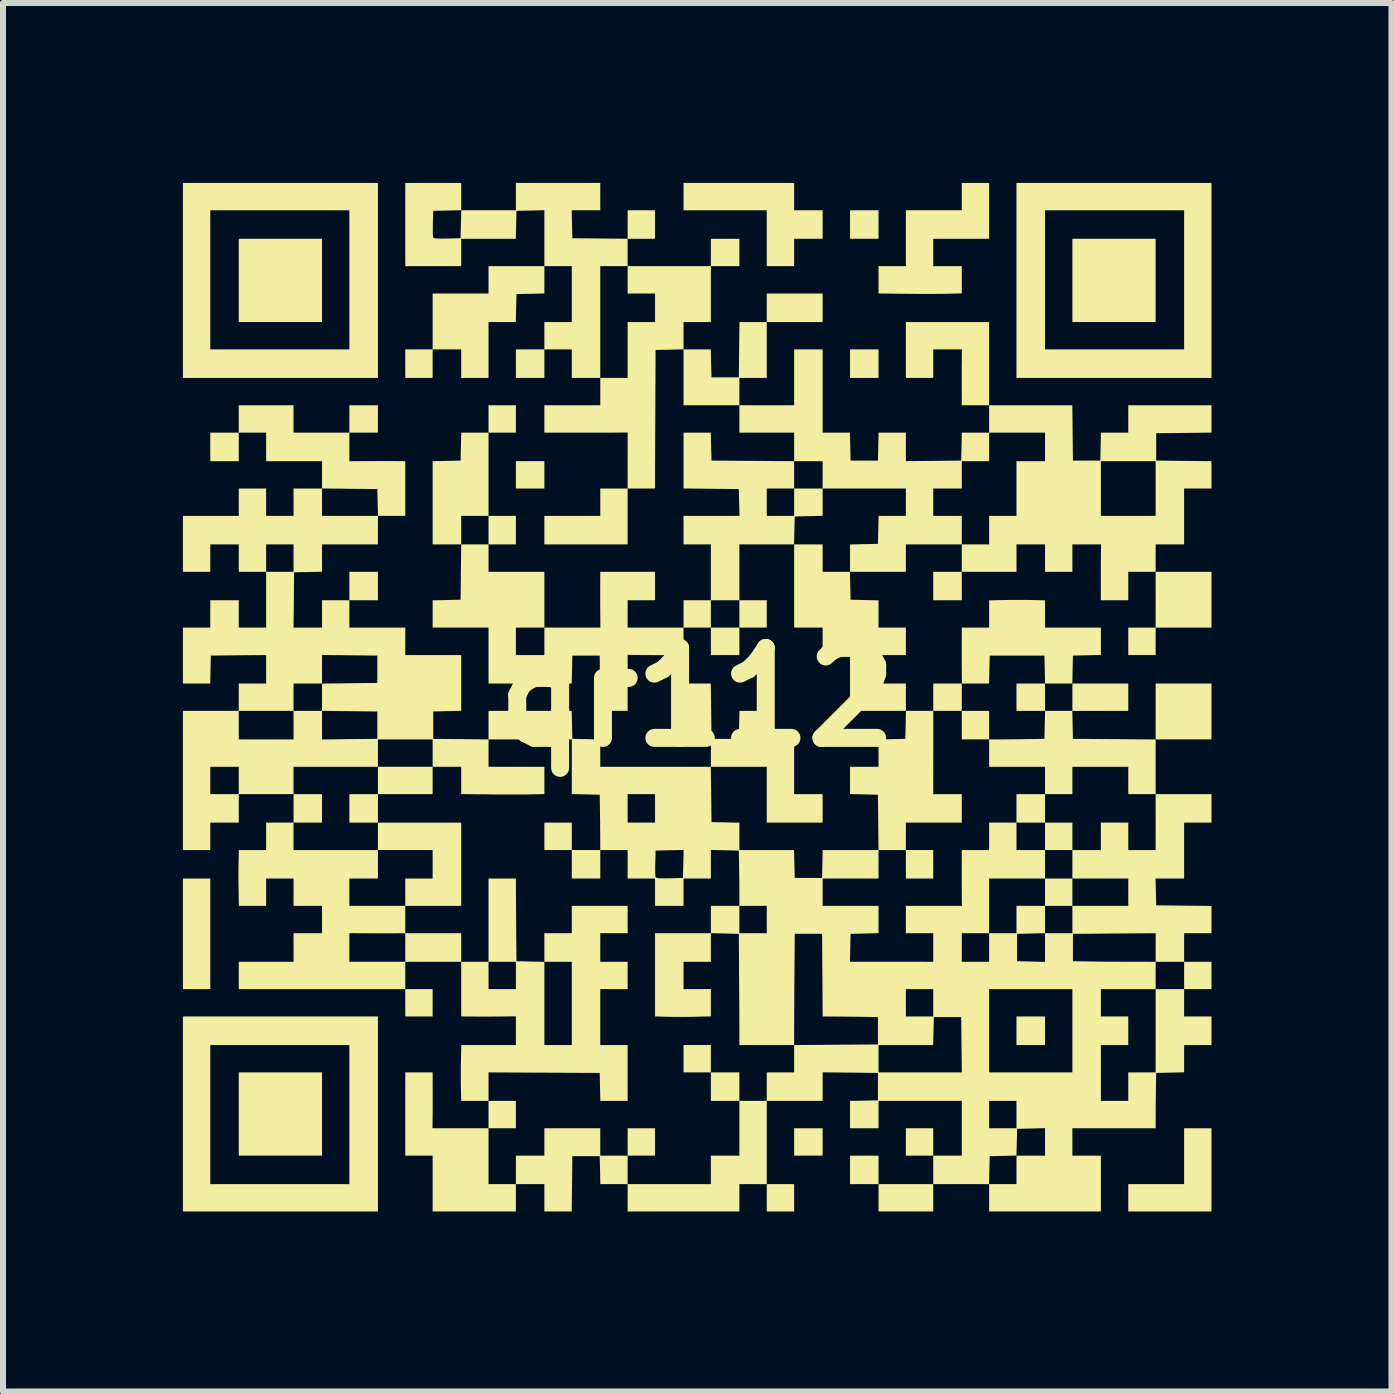
<source format=kicad_pcb>
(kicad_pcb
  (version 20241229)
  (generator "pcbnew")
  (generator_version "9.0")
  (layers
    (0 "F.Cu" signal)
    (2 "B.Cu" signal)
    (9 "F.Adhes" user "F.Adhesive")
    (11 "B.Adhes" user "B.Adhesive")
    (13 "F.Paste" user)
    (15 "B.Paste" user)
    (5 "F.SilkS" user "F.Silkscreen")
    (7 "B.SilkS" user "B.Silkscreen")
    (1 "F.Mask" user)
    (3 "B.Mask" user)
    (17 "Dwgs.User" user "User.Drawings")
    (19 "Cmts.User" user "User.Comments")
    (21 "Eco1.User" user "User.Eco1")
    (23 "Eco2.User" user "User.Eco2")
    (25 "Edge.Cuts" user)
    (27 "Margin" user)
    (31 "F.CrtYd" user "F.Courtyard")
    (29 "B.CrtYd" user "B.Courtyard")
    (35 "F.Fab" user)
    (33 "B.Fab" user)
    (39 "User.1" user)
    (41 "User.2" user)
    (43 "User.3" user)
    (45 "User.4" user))
  (footprint "qr112"
    (layer "F.Cu")
    (at 8.574 8.574)
    (property "Reference" "qr112" (at 0 0 0) (layer "F.SilkS") (effects (font (size 1.5 1.5) (thickness 0.3))))
    (attr board_only exclude_from_pos_files exclude_from_bom)
    (fp_poly (pts (xy -8.118 3.945) (xy -8.118 4.867) (xy -8.346 4.867) (xy -8.574 4.867) (xy -8.574 3.945) (xy -8.574 3.023) (xy -8.346 3.023) (xy -8.118 3.023)) (stroke (width 0) (type solid)) (fill yes) (layer "F.SilkS"))
    (fp_poly (pts (xy -6.255 -6.949) (xy -6.255 -6.255) (xy -6.949 -6.255) (xy -7.643 -6.255) (xy -7.643 -6.949) (xy -7.643 -7.643) (xy -6.949 -7.643) (xy -6.255 -7.643)) (stroke (width 0) (type solid)) (fill yes) (layer "F.SilkS"))
    (fp_poly (pts (xy -6.255 6.949) (xy -6.255 7.643) (xy -6.949 7.643) (xy -7.643 7.643) (xy -7.643 6.949) (xy -7.643 6.255) (xy -6.949 6.255) (xy -6.255 6.255)) (stroke (width 0) (type solid)) (fill yes) (layer "F.SilkS"))
    (fp_poly (pts (xy -4.411 5.095) (xy -4.411 5.323) (xy -4.639 5.323) (xy -4.867 5.323) (xy -4.867 5.095) (xy -4.867 4.867) (xy -4.639 4.867) (xy -4.411 4.867)) (stroke (width 0) (type solid)) (fill yes) (layer "F.SilkS"))
    (fp_poly (pts (xy -2.548 -3.707) (xy -2.548 -3.479) (xy -2.785 -3.479) (xy -3.023 -3.479) (xy -3.023 -3.707) (xy -3.023 -3.935) (xy -2.785 -3.935) (xy -2.548 -3.935)) (stroke (width 0) (type solid)) (fill yes) (layer "F.SilkS"))
    (fp_poly (pts (xy -2.091 2.319) (xy -2.091 2.548) (xy -2.319 2.548) (xy -2.548 2.548) (xy -2.548 2.319) (xy -2.548 2.091) (xy -2.319 2.091) (xy -2.091 2.091)) (stroke (width 0) (type solid)) (fill yes) (layer "F.SilkS"))
    (fp_poly (pts (xy -1.616 2.785) (xy -1.616 3.023) (xy -1.854 3.023) (xy -2.091 3.023) (xy -2.091 2.785) (xy -2.091 2.548) (xy -1.854 2.548) (xy -1.616 2.548)) (stroke (width 0) (type solid)) (fill yes) (layer "F.SilkS"))
    (fp_poly (pts (xy -0.703 7.415) (xy -0.703 7.643) (xy -0.932 7.643) (xy -1.16 7.643) (xy -1.16 7.415) (xy -1.16 7.187) (xy -0.932 7.187) (xy -0.703 7.187)) (stroke (width 0) (type solid)) (fill yes) (layer "F.SilkS"))
    (fp_poly (pts (xy 0.228 6.027) (xy 0.228 6.255) (xy 0 6.255) (xy -0.228 6.255) (xy -0.228 6.027) (xy -0.228 5.799) (xy 0 5.799) (xy 0.228 5.799)) (stroke (width 0) (type solid)) (fill yes) (layer "F.SilkS"))
    (fp_poly (pts (xy 0.703 6.493) (xy 0.703 6.73) (xy 0.466 6.73) (xy 0.228 6.73) (xy 0.228 6.493) (xy 0.228 6.255) (xy 0.466 6.255) (xy 0.703 6.255)) (stroke (width 0) (type solid)) (fill yes) (layer "F.SilkS"))
    (fp_poly (pts (xy 1.616 8.346) (xy 1.616 8.574) (xy 1.388 8.574) (xy 1.16 8.574) (xy 1.16 8.346) (xy 1.16 8.118) (xy 1.388 8.118) (xy 1.616 8.118)) (stroke (width 0) (type solid)) (fill yes) (layer "F.SilkS"))
    (fp_poly (pts (xy 2.091 7.415) (xy 2.091 7.643) (xy 1.854 7.643) (xy 1.616 7.643) (xy 1.616 7.415) (xy 1.616 7.187) (xy 1.854 7.187) (xy 2.091 7.187)) (stroke (width 0) (type solid)) (fill yes) (layer "F.SilkS"))
    (fp_poly (pts (xy 3.023 -7.88) (xy 3.023 -7.643) (xy 2.785 -7.643) (xy 2.548 -7.643) (xy 2.548 -7.88) (xy 2.548 -8.118) (xy 2.785 -8.118) (xy 3.023 -8.118)) (stroke (width 0) (type solid)) (fill yes) (layer "F.SilkS"))
    (fp_poly (pts (xy 3.023 -5.561) (xy 3.023 -5.323) (xy 2.785 -5.323) (xy 2.548 -5.323) (xy 2.548 -5.561) (xy 2.548 -5.799) (xy 2.785 -5.799) (xy 3.023 -5.799)) (stroke (width 0) (type solid)) (fill yes) (layer "F.SilkS"))
    (fp_poly (pts (xy 3.935 2.785) (xy 3.935 3.023) (xy 3.707 3.023) (xy 3.479 3.023) (xy 3.479 2.785) (xy 3.479 2.548) (xy 3.707 2.548) (xy 3.935 2.548)) (stroke (width 0) (type solid)) (fill yes) (layer "F.SilkS"))
    (fp_poly (pts (xy 4.867 0.466) (xy 4.867 0.703) (xy 4.639 0.703) (xy 4.411 0.703) (xy 4.411 0.466) (xy 4.411 0.228) (xy 4.639 0.228) (xy 4.867 0.228)) (stroke (width 0) (type solid)) (fill yes) (layer "F.SilkS"))
    (fp_poly (pts (xy 5.799 0) (xy 5.799 0.228) (xy 5.561 0.228) (xy 5.323 0.228) (xy 5.323 0) (xy 5.323 -0.228) (xy 5.561 -0.228) (xy 5.799 -0.228)) (stroke (width 0) (type solid)) (fill yes) (layer "F.SilkS"))
    (fp_poly (pts (xy 5.799 1.854) (xy 5.799 2.091) (xy 5.561 2.091) (xy 5.323 2.091) (xy 5.323 1.854) (xy 5.323 1.616) (xy 5.561 1.616) (xy 5.799 1.616)) (stroke (width 0) (type solid)) (fill yes) (layer "F.SilkS"))
    (fp_poly (pts (xy 5.799 5.561) (xy 5.799 5.799) (xy 5.561 5.799) (xy 5.323 5.799) (xy 5.323 5.561) (xy 5.323 5.323) (xy 5.561 5.323) (xy 5.799 5.323)) (stroke (width 0) (type solid)) (fill yes) (layer "F.SilkS"))
    (fp_poly (pts (xy 6.255 2.319) (xy 6.255 2.548) (xy 6.027 2.548) (xy 5.799 2.548) (xy 5.799 2.319) (xy 5.799 2.091) (xy 6.027 2.091) (xy 6.255 2.091)) (stroke (width 0) (type solid)) (fill yes) (layer "F.SilkS"))
    (fp_poly (pts (xy 6.255 3.251) (xy 6.255 3.479) (xy 6.027 3.479) (xy 5.799 3.479) (xy 5.799 3.251) (xy 5.799 3.023) (xy 6.027 3.023) (xy 6.255 3.023)) (stroke (width 0) (type solid)) (fill yes) (layer "F.SilkS"))
    (fp_poly (pts (xy 7.187 0) (xy 7.187 0.228) (xy 6.72 0.228) (xy 6.255 0.228) (xy 6.255 0) (xy 6.255 -0.228) (xy 6.72 -0.228) (xy 7.187 -0.228)) (stroke (width 0) (type solid)) (fill yes) (layer "F.SilkS"))
    (fp_poly (pts (xy 7.643 -6.949) (xy 7.643 -6.255) (xy 6.949 -6.255) (xy 6.255 -6.255) (xy 6.255 -6.949) (xy 6.255 -7.643) (xy 6.949 -7.643) (xy 7.643 -7.643)) (stroke (width 0) (type solid)) (fill yes) (layer "F.SilkS"))
    (fp_poly (pts (xy 8.574 0.238) (xy 8.574 0.703) (xy 8.109 0.703) (xy 7.643 0.703) (xy 7.643 0.238) (xy 7.643 -0.228) (xy 8.109 -0.228) (xy 8.574 -0.228)) (stroke (width 0) (type solid)) (fill yes) (layer "F.SilkS"))
    (fp_poly (pts (xy 8.574 7.88) (xy 8.574 8.574) (xy 7.88 8.574) (xy 7.187 8.574) (xy 7.187 8.346) (xy 7.187 8.118) (xy 7.652 8.118) (xy 8.118 8.118) (xy 8.118 7.652) (xy 8.118 7.187) (xy 8.346 7.187) (xy 8.574 7.187)) (stroke (width 0) (type solid)) (fill yes) (layer "F.SilkS"))
    (fp_poly (pts (xy -4.411 1.388) (xy -4.411 1.616) (xy -4.867 1.616) (xy -5.323 1.616) (xy -5.323 1.854) (xy -5.323 2.091) (xy -5.561 2.091) (xy -5.799 2.091) (xy -5.799 1.854) (xy -5.799 1.616) (xy -5.561 1.616) (xy -5.323 1.616) (xy -5.323 1.388) (xy -5.323 1.16) (xy -4.867 1.16) (xy -4.411 1.16)) (stroke (width 0) (type solid)) (fill yes) (layer "F.SilkS"))
    (fp_poly (pts (xy -3.935 2.785) (xy -3.935 3.479) (xy -4.401 3.479) (xy -4.867 3.479) (xy -4.867 3.251) (xy -4.867 3.023) (xy -4.639 3.023) (xy -4.411 3.023) (xy -4.411 2.785) (xy -4.411 2.548) (xy -4.867 2.548) (xy -5.323 2.548) (xy -5.323 2.319) (xy -5.323 2.091) (xy -4.629 2.091) (xy -3.935 2.091)) (stroke (width 0) (type solid)) (fill yes) (layer "F.SilkS"))
    (fp_poly (pts (xy 8.574 -1.626) (xy 8.574 -1.16) (xy 8.109 -1.16) (xy 7.643 -1.16) (xy 7.643 -0.932) (xy 7.643 -0.703) (xy 7.415 -0.703) (xy 7.187 -0.703) (xy 7.187 -0.932) (xy 7.187 -1.16) (xy 7.415 -1.16) (xy 7.643 -1.16) (xy 7.643 -1.626) (xy 7.643 -2.091) (xy 8.109 -2.091) (xy 8.574 -2.091)) (stroke (width 0) (type solid)) (fill yes) (layer "F.SilkS"))
    (fp_poly (pts (xy -5.323 -6.949) (xy -5.323 -5.323) (xy -6.949 -5.323) (xy -8.574 -5.323) (xy -8.574 -6.949) (xy -8.574 -6.958) (xy -8.118 -6.958) (xy -8.118 -5.799) (xy -6.958 -5.799) (xy -5.799 -5.799) (xy -5.799 -6.958) (xy -5.799 -8.118) (xy -6.958 -8.118) (xy -8.118 -8.118) (xy -8.118 -6.958) (xy -8.574 -6.958) (xy -8.574 -8.574) (xy -6.949 -8.574) (xy -5.323 -8.574)) (stroke (width 0) (type solid)) (fill yes) (layer "F.SilkS"))
    (fp_poly (pts (xy -5.323 6.949) (xy -5.323 8.574) (xy -6.949 8.574) (xy -8.574 8.574) (xy -8.574 6.958) (xy -8.118 6.958) (xy -8.118 8.118) (xy -6.958 8.118) (xy -5.799 8.118) (xy -5.799 6.958) (xy -5.799 5.799) (xy -6.958 5.799) (xy -8.118 5.799) (xy -8.118 6.958) (xy -8.574 6.958) (xy -8.574 6.949) (xy -8.574 5.323) (xy -6.949 5.323) (xy -5.323 5.323)) (stroke (width 0) (type solid)) (fill yes) (layer "F.SilkS"))
    (fp_poly (pts (xy 8.574 -6.949) (xy 8.574 -5.323) (xy 6.949 -5.323) (xy 5.323 -5.323) (xy 5.323 -6.949) (xy 5.323 -6.958) (xy 5.799 -6.958) (xy 5.799 -5.799) (xy 6.958 -5.799) (xy 8.118 -5.799) (xy 8.118 -6.958) (xy 8.118 -8.118) (xy 6.958 -8.118) (xy 5.799 -8.118) (xy 5.799 -6.958) (xy 5.323 -6.958) (xy 5.323 -8.574) (xy 6.949 -8.574) (xy 8.574 -8.574)) (stroke (width 0) (type solid)) (fill yes) (layer "F.SilkS"))
    (fp_poly (pts (xy 0.228 4.173) (xy 0.228 4.411) (xy 0 4.411) (xy -0.228 4.411) (xy -0.228 4.639) (xy -0.228 4.867) (xy 0 4.867) (xy 0.228 4.867) (xy 0.228 5.094) (xy 0.228 5.321) (xy -0.014 5.327) (xy -0.136 5.329) (xy -0.272 5.33) (xy -0.402 5.329) (xy -0.48 5.328) (xy -0.703 5.322) (xy -0.703 4.629) (xy -0.703 3.935) (xy -0.238 3.935) (xy 0.228 3.935)) (stroke (width 0) (type solid)) (fill yes) (layer "F.SilkS"))
    (fp_poly (pts (xy 1.616 -8.346) (xy 1.616 -8.118) (xy 1.854 -8.118) (xy 2.091 -8.118) (xy 2.091 -7.88) (xy 2.091 -7.643) (xy 1.854 -7.643) (xy 1.616 -7.643) (xy 1.616 -7.415) (xy 1.616 -7.187) (xy 1.388 -7.187) (xy 1.16 -7.187) (xy 1.16 -7.652) (xy 1.16 -8.118) (xy 0.466 -8.118) (xy -0.228 -8.118) (xy -0.228 -8.346) (xy -0.228 -8.574) (xy 0.694 -8.574) (xy 1.616 -8.574)) (stroke (width 0) (type solid)) (fill yes) (layer "F.SilkS"))
    (fp_poly (pts (xy 4.867 -5.561) (xy 4.867 -4.867) (xy 4.639 -4.867) (xy 4.411 -4.867) (xy 4.41 -5.1) (xy 4.41 -5.223) (xy 4.41 -5.362) (xy 4.41 -5.497) (xy 4.411 -5.566) (xy 4.413 -5.799) (xy 4.174 -5.799) (xy 3.935 -5.799) (xy 3.935 -5.561) (xy 3.935 -5.323) (xy 3.707 -5.323) (xy 3.479 -5.323) (xy 3.479 -5.789) (xy 3.479 -6.255) (xy 4.173 -6.255) (xy 4.867 -6.255)) (stroke (width 0) (type solid)) (fill yes) (layer "F.SilkS"))
    (fp_poly (pts (xy -3.023 -4.639) (xy -3.023 -4.411) (xy -3.251 -4.411) (xy -3.479 -4.411) (xy -3.479 -3.717) (xy -3.479 -3.023) (xy -3.707 -3.023) (xy -3.935 -3.023) (xy -3.935 -2.785) (xy -3.935 -2.548) (xy -4.173 -2.548) (xy -4.411 -2.548) (xy -4.411 -3.241) (xy -4.411 -3.934) (xy -4.178 -3.94) (xy -3.945 -3.945) (xy -3.94 -4.178) (xy -3.934 -4.411) (xy -3.707 -4.411) (xy -3.479 -4.411) (xy -3.479 -4.639) (xy -3.479 -4.867) (xy -3.251 -4.867) (xy -3.023 -4.867)) (stroke (width 0) (type solid)) (fill yes) (layer "F.SilkS"))
    (fp_poly (pts (xy 4.867 -8.109) (xy 4.867 -7.643) (xy 4.401 -7.643) (xy 3.935 -7.643) (xy 3.935 -7.415) (xy 3.935 -7.187) (xy 4.173 -7.187) (xy 4.411 -7.187) (xy 4.411 -6.959) (xy 4.411 -6.732) (xy 4.168 -6.727) (xy 4.076 -6.725) (xy 3.955 -6.724) (xy 3.815 -6.724) (xy 3.667 -6.724) (xy 3.519 -6.725) (xy 3.474 -6.726) (xy 3.023 -6.731) (xy 3.023 -6.959) (xy 3.023 -7.187) (xy 3.251 -7.187) (xy 3.479 -7.187) (xy 3.479 -7.652) (xy 3.479 -8.118) (xy 3.945 -8.118) (xy 4.411 -8.118) (xy 4.411 -8.346) (xy 4.411 -8.574) (xy 4.639 -8.574) (xy 4.867 -8.574)) (stroke (width 0) (type solid)) (fill yes) (layer "F.SilkS"))
    (fp_poly (pts (xy 0.233 0.233) (xy 0.238 0.694) (xy 0.466 0.694) (xy 0.694 0.694) (xy 0.699 0.461) (xy 0.705 0.228) (xy 0.932 0.228) (xy 1.16 0.228) (xy 1.16 0.466) (xy 1.16 0.703) (xy 1.388 0.703) (xy 1.616 0.703) (xy 1.616 1.16) (xy 1.616 1.616) (xy 1.854 1.616) (xy 2.091 1.616) (xy 2.091 1.854) (xy 2.091 2.091) (xy 1.626 2.091) (xy 1.16 2.091) (xy 1.16 1.626) (xy 1.16 1.16) (xy 0.694 1.16) (xy 0.228 1.16) (xy 0.228 0.932) (xy 0.228 0.703) (xy 0 0.703) (xy -0.228 0.703) (xy -0.228 0.238) (xy -0.228 -0.228) (xy -0.000338 -0.228) (xy 0.227 -0.228)) (stroke (width 0) (type solid)) (fill yes) (layer "F.SilkS"))
    (fp_poly (pts (xy 6.259 0.461) (xy 6.264 0.694) (xy 6.954 0.699) (xy 7.643 0.704) (xy 7.643 1.16) (xy 7.643 1.616) (xy 7.415 1.616) (xy 7.187 1.616) (xy 7.187 1.388) (xy 7.187 1.16) (xy 6.721 1.16) (xy 6.255 1.16) (xy 6.255 1.388) (xy 6.255 1.616) (xy 6.027 1.616) (xy 5.799 1.616) (xy 5.799 1.388) (xy 5.799 1.16) (xy 5.333 1.16) (xy 4.867 1.16) (xy 4.867 0.932) (xy 4.867 0.703) (xy 5.1 0.703) (xy 5.222 0.702) (xy 5.36 0.701) (xy 5.492 0.699) (xy 5.561 0.698) (xy 5.789 0.694) (xy 5.794 0.461) (xy 5.8 0.228) (xy 6.027 0.228) (xy 6.254 0.228)) (stroke (width 0) (type solid)) (fill yes) (layer "F.SilkS"))
    (fp_poly (pts (xy 2.091 -2.319) (xy 2.091 -2.091) (xy 2.319 -2.091) (xy 2.546 -2.091) (xy 2.552 -1.858) (xy 2.557 -1.626) (xy 2.79 -1.62) (xy 3.023 -1.615) (xy 3.023 -1.387) (xy 3.023 -1.16) (xy 3.251 -1.16) (xy 3.479 -1.16) (xy 3.479 -0.932) (xy 3.479 -0.703) (xy 3.251 -0.703) (xy 3.023 -0.703) (xy 3.023 -0.466) (xy 3.023 -0.228) (xy 3.251 -0.228) (xy 3.479 -0.228) (xy 3.479 0) (xy 3.479 0.228) (xy 3.014 0.228) (xy 2.548 0.228) (xy 2.548 -0.238) (xy 2.548 -0.703) (xy 2.319 -0.703) (xy 2.091 -0.703) (xy 2.091 -0.932) (xy 2.091 -1.16) (xy 1.854 -1.16) (xy 1.616 -1.16) (xy 1.616 -1.854) (xy 1.616 -2.548) (xy 1.853 -2.548) (xy 2.091 -2.548)) (stroke (width 0) (type solid)) (fill yes) (layer "F.SilkS"))
    (fp_poly (pts (xy 5.497 -1.622) (xy 5.575 -1.62) (xy 5.799 -1.615) (xy 5.799 -1.387) (xy 5.799 -1.16) (xy 6.264 -1.16) (xy 6.73 -1.16) (xy 6.73 -0.932) (xy 6.73 -0.705) (xy 6.497 -0.699) (xy 6.264 -0.694) (xy 6.259 -0.461) (xy 6.254 -0.228) (xy 6.027 -0.228) (xy 5.8 -0.228) (xy 5.794 -0.461) (xy 5.789 -0.694) (xy 5.333 -0.694) (xy 4.877 -0.694) (xy 4.871 -0.461) (xy 4.866 -0.228) (xy 4.638 -0.228) (xy 4.413 -0.228) (xy 4.411 -0.461) (xy 4.41 -0.584) (xy 4.41 -0.723) (xy 4.41 -0.858) (xy 4.41 -0.927) (xy 4.411 -1.16) (xy 4.639 -1.16) (xy 4.867 -1.16) (xy 4.867 -1.387) (xy 4.867 -1.614) (xy 5.109 -1.62) (xy 5.231 -1.622) (xy 5.367 -1.622)) (stroke (width 0) (type solid)) (fill yes) (layer "F.SilkS"))
    (fp_poly (pts (xy -6.73 -4.639) (xy -6.73 -4.411) (xy -6.264 -4.411) (xy -5.799 -4.411) (xy -5.799 -4.639) (xy -5.799 -4.867) (xy -5.561 -4.867) (xy -5.323 -4.867) (xy -5.323 -4.639) (xy -5.323 -4.411) (xy -5.561 -4.411) (xy -5.799 -4.411) (xy -5.799 -4.172) (xy -5.799 -3.934) (xy -5.566 -3.936) (xy -5.443 -3.936) (xy -5.304 -3.937) (xy -5.169 -3.937) (xy -5.1 -3.937) (xy -4.867 -3.935) (xy -4.867 -3.479) (xy -4.867 -3.023) (xy -5.095 -3.023) (xy -5.322 -3.023) (xy -5.328 -3.246) (xy -5.333 -3.47) (xy -5.794 -3.475) (xy -6.255 -3.48) (xy -6.255 -3.707) (xy -6.255 -3.935) (xy -6.721 -3.935) (xy -7.187 -3.935) (xy -7.187 -4.173) (xy -7.187 -4.411) (xy -7.415 -4.411) (xy -7.643 -4.411) (xy -7.643 -4.173) (xy -7.643 -3.935) (xy -7.88 -3.935) (xy -8.118 -3.935) (xy -8.118 -4.173) (xy -8.118 -4.411) (xy -7.88 -4.411) (xy -7.643 -4.411) (xy -7.643 -4.639) (xy -7.643 -4.867) (xy -7.187 -4.867) (xy -6.73 -4.867)) (stroke (width 0) (type solid)) (fill yes) (layer "F.SilkS"))
    (fp_poly (pts (xy -6.255 1.854) (xy -6.255 2.091) (xy -6.493 2.091) (xy -6.73 2.091) (xy -6.73 2.319) (xy -6.73 2.548) (xy -6.027 2.548) (xy -5.323 2.548) (xy -5.323 2.785) (xy -5.323 3.023) (xy -5.561 3.023) (xy -5.799 3.023) (xy -5.799 3.251) (xy -5.799 3.479) (xy -5.333 3.479) (xy -4.867 3.479) (xy -4.867 3.707) (xy -4.867 3.935) (xy -5.1 3.937) (xy -5.223 3.937) (xy -5.362 3.937) (xy -5.497 3.936) (xy -5.566 3.936) (xy -5.799 3.934) (xy -5.799 4.172) (xy -5.799 4.41) (xy -5.333 4.41) (xy -4.867 4.41) (xy -4.867 4.173) (xy -4.867 3.935) (xy -4.401 3.935) (xy -3.935 3.935) (xy -3.935 4.173) (xy -3.935 4.411) (xy -3.707 4.411) (xy -3.479 4.411) (xy -3.479 3.717) (xy -3.479 3.023) (xy -3.251 3.023) (xy -3.023 3.023) (xy -3.022 3.246) (xy -3.022 3.332) (xy -3.021 3.446) (xy -3.02 3.58) (xy -3.019 3.726) (xy -3.018 3.873) (xy -3.018 3.935) (xy -3.013 4.401) (xy -2.781 4.407) (xy -2.548 4.412) (xy -2.548 5.105) (xy -2.548 5.799) (xy -2.319 5.799) (xy -2.091 5.799) (xy -2.091 5.105) (xy -2.091 4.411) (xy -2.319 4.411) (xy -2.548 4.411) (xy -2.548 4.173) (xy -2.548 3.935) (xy -2.319 3.935) (xy -2.091 3.935) (xy -2.091 3.707) (xy -2.091 3.479) (xy -1.626 3.479) (xy -1.16 3.479) (xy -1.16 3.707) (xy -1.16 3.935) (xy -1.388 3.935) (xy -1.616 3.935) (xy -1.616 4.173) (xy -1.616 4.411) (xy -1.388 4.411) (xy -1.16 4.411) (xy -1.16 4.639) (xy -1.16 4.867) (xy -1.388 4.867) (xy -1.616 4.867) (xy -1.616 5.333) (xy -1.616 5.799) (xy -1.388 5.799) (xy -1.16 5.799) (xy -1.16 6.264) (xy -1.16 6.73) (xy -1.387 6.73) (xy -1.615 6.73) (xy -1.62 6.497) (xy -1.626 6.264) (xy -2.552 6.26) (xy -3.479 6.255) (xy -3.479 6.492) (xy -3.479 6.73) (xy -3.707 6.73) (xy -3.934 6.73) (xy -3.94 6.507) (xy -3.941 6.391) (xy -3.942 6.257) (xy -3.941 6.124) (xy -3.939 6.041) (xy -3.933 5.799) (xy -3.478 5.799) (xy -3.023 5.799) (xy -3.023 5.56) (xy -3.023 5.321) (xy -3.246 5.323) (xy -3.364 5.324) (xy -3.499 5.325) (xy -3.632 5.325) (xy -3.703 5.324) (xy -3.935 5.323) (xy -3.935 4.867) (xy -3.935 4.639) (xy -3.479 4.639) (xy -3.479 4.867) (xy -3.251 4.867) (xy -3.023 4.867) (xy -3.023 4.639) (xy -3.023 4.411) (xy -3.251 4.411) (xy -3.479 4.411) (xy -3.479 4.639) (xy -3.935 4.639) (xy -3.935 4.411) (xy -4.401 4.411) (xy -4.867 4.411) (xy -4.867 4.639) (xy -4.867 4.867) (xy -6.255 4.867) (xy -7.643 4.867) (xy -7.643 4.639) (xy -7.643 4.411) (xy -7.187 4.411) (xy -6.73 4.411) (xy -6.73 4.173) (xy -6.73 3.935) (xy -6.493 3.935) (xy -6.255 3.935) (xy -6.255 3.707) (xy -6.255 3.479) (xy -6.493 3.479) (xy -6.73 3.479) (xy -6.73 3.251) (xy -6.73 3.023) (xy -6.958 3.023) (xy -7.187 3.023) (xy -7.187 3.251) (xy -7.187 3.479) (xy -7.414 3.479) (xy -7.641 3.479) (xy -7.646 3.237) (xy -7.648 3.115) (xy -7.649 2.98) (xy -7.648 2.849) (xy -7.647 2.771) (xy -7.642 2.548) (xy -7.414 2.548) (xy -7.187 2.548) (xy -7.187 2.319) (xy -7.187 2.091) (xy -6.958 2.091) (xy -6.73 2.091) (xy -6.73 1.854) (xy -6.73 1.616) (xy -6.493 1.616) (xy -6.255 1.616)) (stroke (width 0) (type solid)) (fill yes) (layer "F.SilkS"))
    (fp_poly (pts (xy -3.935 -8.346) (xy -3.935 -8.119) (xy -4.168 -8.114) (xy -4.401 -8.109) (xy -4.407 -7.901) (xy -4.408 -7.814) (xy -4.408 -7.739) (xy -4.405 -7.687) (xy -4.402 -7.667) (xy -4.389 -7.656) (xy -4.357 -7.649) (xy -4.3 -7.646) (xy -4.212 -7.646) (xy -4.169 -7.647) (xy -3.945 -7.652) (xy -3.94 -7.886) (xy -3.934 -8.118) (xy -3.479 -8.118) (xy -3.023 -8.118) (xy -3.023 -8.346) (xy -3.023 -8.574) (xy -2.319 -8.574) (xy -1.616 -8.574) (xy -1.616 -8.346) (xy -1.616 -8.118) (xy -1.854 -8.118) (xy -2.092 -8.118) (xy -2.087 -7.885) (xy -2.082 -7.652) (xy -1.621 -7.648) (xy -1.16 -7.643) (xy -1.16 -7.88) (xy -1.16 -8.118) (xy -0.932 -8.118) (xy -0.703 -8.118) (xy -0.703 -7.88) (xy -0.703 -7.643) (xy -0.932 -7.643) (xy -1.16 -7.643) (xy -1.16 -7.415) (xy -1.16 -7.187) (xy -0.466 -7.187) (xy 0.228 -7.187) (xy 0.228 -7.415) (xy 0.228 -7.643) (xy 0.466 -7.643) (xy 0.703 -7.643) (xy 0.703 -7.415) (xy 0.703 -7.187) (xy 0.466 -7.187) (xy 0.228 -7.187) (xy 0.228 -6.721) (xy 0.228 -6.255) (xy 0 -6.255) (xy -0.228 -6.255) (xy -0.228 -6.027) (xy -0.228 -5.8) (xy -0.461 -5.794) (xy -0.694 -5.789) (xy -0.698 -4.867) (xy -0.699 -4.674) (xy -0.7 -4.484) (xy -0.701 -4.303) (xy -0.701 -4.136) (xy -0.702 -3.988) (xy -0.703 -3.864) (xy -0.703 -3.768) (xy -0.703 -3.712) (xy -0.703 -3.479) (xy -0.932 -3.479) (xy -1.16 -3.479) (xy -1.16 -3.013) (xy -1.16 -2.548) (xy -1.854 -2.548) (xy -2.548 -2.548) (xy -2.548 -2.785) (xy -2.548 -3.023) (xy -2.082 -3.023) (xy -1.616 -3.023) (xy -1.616 -3.251) (xy -1.616 -3.479) (xy -1.388 -3.479) (xy -1.16 -3.479) (xy -1.16 -3.946) (xy -1.16 -4.413) (xy -1.393 -4.411) (xy -1.481 -4.41) (xy -1.599 -4.41) (xy -1.736 -4.41) (xy -1.883 -4.41) (xy -2.031 -4.41) (xy -2.087 -4.41) (xy -2.548 -4.411) (xy -2.548 -4.639) (xy -2.548 -4.867) (xy -2.082 -4.867) (xy -1.616 -4.867) (xy -1.616 -5.095) (xy -1.616 -5.323) (xy -1.854 -5.323) (xy -2.091 -5.323) (xy -2.091 -5.561) (xy -2.091 -5.799) (xy -2.319 -5.799) (xy -2.548 -5.799) (xy -2.548 -5.561) (xy -2.548 -5.323) (xy -2.785 -5.323) (xy -3.023 -5.323) (xy -3.023 -5.561) (xy -3.023 -5.799) (xy -2.785 -5.799) (xy -2.548 -5.799) (xy -2.548 -6.027) (xy -2.548 -6.255) (xy -2.319 -6.255) (xy -2.091 -6.255) (xy -1.616 -6.255) (xy -1.616 -5.323) (xy -1.388 -5.323) (xy -1.16 -5.323) (xy -1.16 -5.789) (xy -1.16 -6.255) (xy -0.932 -6.255) (xy -0.703 -6.255) (xy -0.703 -6.493) (xy -0.703 -6.73) (xy -0.932 -6.73) (xy -1.16 -6.73) (xy -1.16 -6.958) (xy -1.16 -7.187) (xy -1.388 -7.187) (xy -1.616 -7.187) (xy -1.616 -6.255) (xy -2.091 -6.255) (xy -2.091 -6.721) (xy -2.091 -7.187) (xy -2.319 -7.187) (xy -2.548 -7.187) (xy -2.548 -6.959) (xy -2.548 -6.731) (xy -2.781 -6.726) (xy -3.013 -6.721) (xy -3.019 -6.488) (xy -3.024 -6.255) (xy -3.252 -6.255) (xy -3.479 -6.255) (xy -3.479 -5.789) (xy -3.479 -5.323) (xy -3.707 -5.323) (xy -3.935 -5.323) (xy -3.935 -5.561) (xy -3.935 -5.799) (xy -4.173 -5.799) (xy -4.411 -5.799) (xy -4.411 -5.561) (xy -4.411 -5.323) (xy -4.639 -5.323) (xy -4.867 -5.323) (xy -4.867 -5.561) (xy -4.867 -5.799) (xy -4.639 -5.799) (xy -4.411 -5.799) (xy -4.411 -6.264) (xy -4.411 -6.73) (xy -3.945 -6.73) (xy -3.479 -6.73) (xy -3.479 -6.958) (xy -3.479 -7.187) (xy -3.013 -7.187) (xy -2.548 -7.187) (xy -2.548 -7.653) (xy -2.548 -8.119) (xy -2.781 -8.114) (xy -3.013 -8.109) (xy -3.019 -7.876) (xy -3.024 -7.643) (xy -3.48 -7.643) (xy -3.935 -7.643) (xy -3.935 -7.415) (xy -3.935 -7.187) (xy -4.401 -7.187) (xy -4.867 -7.187) (xy -4.867 -7.88) (xy -4.867 -8.574) (xy -4.401 -8.574) (xy -3.935 -8.574)) (stroke (width 0) (type solid)) (fill yes) (layer "F.SilkS"))
    (fp_poly (pts (xy 2.091 -6.493) (xy 2.091 -6.255) (xy 1.626 -6.255) (xy 1.16 -6.255) (xy 1.16 -5.789) (xy 1.16 -5.323) (xy 0.932 -5.323) (xy 0.703 -5.323) (xy 0.703 -5.095) (xy 0.703 -4.867) (xy 1.16 -4.867) (xy 1.616 -4.867) (xy 1.616 -5.333) (xy 1.616 -5.799) (xy 1.854 -5.799) (xy 2.091 -5.799) (xy 2.091 -5.105) (xy 2.091 -4.411) (xy 2.319 -4.411) (xy 2.546 -4.411) (xy 2.552 -4.178) (xy 2.557 -3.945) (xy 2.785 -3.945) (xy 3.013 -3.945) (xy 3.019 -4.178) (xy 3.024 -4.411) (xy 3.252 -4.411) (xy 3.479 -4.411) (xy 3.479 -4.173) (xy 3.479 -3.936) (xy 3.94 -3.94) (xy 4.401 -3.945) (xy 4.407 -4.178) (xy 4.412 -4.411) (xy 4.64 -4.411) (xy 4.867 -4.411) (xy 4.867 -4.639) (xy 4.867 -4.867) (xy 5.561 -4.867) (xy 6.254 -4.867) (xy 6.259 -4.406) (xy 6.264 -3.945) (xy 6.493 -3.945) (xy 6.721 -3.945) (xy 6.726 -4.178) (xy 6.731 -4.411) (xy 6.959 -4.411) (xy 7.187 -4.411) (xy 7.187 -4.639) (xy 7.187 -4.867) (xy 7.88 -4.867) (xy 8.574 -4.867) (xy 8.574 -4.639) (xy 8.574 -4.411) (xy 8.113 -4.406) (xy 7.652 -4.401) (xy 7.652 -4.173) (xy 7.652 -3.945) (xy 8.113 -3.94) (xy 8.574 -3.935) (xy 8.574 -3.707) (xy 8.574 -3.479) (xy 8.346 -3.479) (xy 8.118 -3.479) (xy 8.118 -3.013) (xy 8.118 -2.548) (xy 7.88 -2.548) (xy 7.643 -2.548) (xy 7.643 -2.319) (xy 7.643 -2.091) (xy 7.415 -2.091) (xy 7.187 -2.091) (xy 7.187 -1.854) (xy 7.187 -1.616) (xy 6.958 -1.616) (xy 6.73 -1.616) (xy 6.729 -1.849) (xy 6.729 -1.972) (xy 6.729 -2.111) (xy 6.73 -2.246) (xy 6.73 -2.315) (xy 6.732 -2.548) (xy 6.494 -2.548) (xy 6.255 -2.548) (xy 6.255 -2.319) (xy 6.255 -2.091) (xy 6.027 -2.091) (xy 5.799 -2.091) (xy 5.799 -2.319) (xy 5.799 -2.548) (xy 5.561 -2.548) (xy 5.323 -2.548) (xy 5.323 -2.319) (xy 5.323 -2.091) (xy 4.867 -2.091) (xy 4.411 -2.091) (xy 4.411 -1.854) (xy 4.411 -1.616) (xy 4.173 -1.616) (xy 3.935 -1.616) (xy 3.935 -1.854) (xy 3.935 -2.091) (xy 4.173 -2.091) (xy 4.411 -2.091) (xy 4.411 -2.319) (xy 4.411 -2.548) (xy 3.945 -2.548) (xy 3.479 -2.548) (xy 3.479 -2.319) (xy 3.479 -2.091) (xy 3.013 -2.091) (xy 2.548 -2.091) (xy 2.548 -2.319) (xy 2.548 -2.546) (xy 2.781 -2.552) (xy 3.013 -2.557) (xy 3.019 -2.79) (xy 3.024 -3.023) (xy 3.252 -3.023) (xy 3.479 -3.023) (xy 3.479 -3.251) (xy 3.479 -3.479) (xy 3.935 -3.479) (xy 3.935 -3.251) (xy 3.935 -3.023) (xy 4.173 -3.023) (xy 4.411 -3.023) (xy 4.411 -2.785) (xy 4.411 -2.548) (xy 4.639 -2.548) (xy 4.867 -2.548) (xy 4.867 -2.785) (xy 4.867 -3.023) (xy 5.095 -3.023) (xy 5.323 -3.023) (xy 5.323 -3.479) (xy 6.73 -3.479) (xy 6.73 -3.023) (xy 7.187 -3.023) (xy 7.643 -3.023) (xy 7.643 -3.479) (xy 7.643 -3.935) (xy 7.187 -3.935) (xy 6.73 -3.935) (xy 6.73 -3.479) (xy 5.323 -3.479) (xy 5.323 -3.935) (xy 5.561 -3.935) (xy 5.799 -3.935) (xy 5.799 -4.173) (xy 5.799 -4.41) (xy 5.333 -4.41) (xy 4.867 -4.41) (xy 4.867 -4.173) (xy 4.867 -3.935) (xy 4.639 -3.935) (xy 4.411 -3.935) (xy 4.411 -3.707) (xy 4.411 -3.479) (xy 4.173 -3.479) (xy 3.935 -3.479) (xy 3.479 -3.479) (xy 2.785 -3.479) (xy 2.091 -3.479) (xy 2.091 -3.252) (xy 2.091 -3.024) (xy 1.858 -3.019) (xy 1.626 -3.013) (xy 1.62 -2.781) (xy 1.615 -2.548) (xy 1.16 -2.548) (xy 0.703 -2.548) (xy 0.703 -2.082) (xy 0.703 -1.616) (xy 0.466 -1.616) (xy 0.228 -1.616) (xy 0.228 -1.388) (xy 0.228 -1.16) (xy 0.466 -1.16) (xy 0.703 -1.16) (xy 0.703 -1.388) (xy 0.703 -1.616) (xy 0.932 -1.616) (xy 1.16 -1.616) (xy 1.16 -1.388) (xy 1.16 -1.16) (xy 0.932 -1.16) (xy 0.703 -1.16) (xy 0.703 -0.932) (xy 0.703 -0.703) (xy 0.466 -0.703) (xy 0.228 -0.703) (xy 0.228 -0.932) (xy 0.228 -1.16) (xy 0 -1.16) (xy -0.228 -1.16) (xy -0.228 -0.932) (xy -0.228 -0.703) (xy -0.461 -0.702) (xy -0.584 -0.702) (xy -0.723 -0.702) (xy -0.858 -0.703) (xy -0.927 -0.703) (xy -1.16 -0.705) (xy -1.16 -0.239) (xy -1.16 0.228) (xy -1.388 0.228) (xy -1.615 0.228) (xy -1.62 -0.233) (xy -1.626 -0.694) (xy -1.854 -0.694) (xy -2.082 -0.694) (xy -2.087 -0.461) (xy -2.092 -0.228) (xy -2.786 -0.228) (xy -3.479 -0.228) (xy -3.479 -0.694) (xy -3.479 -0.932) (xy -3.023 -0.932) (xy -3.023 -0.703) (xy -2.785 -0.703) (xy -2.548 -0.703) (xy -2.548 -0.932) (xy -2.548 -1.16) (xy -2.785 -1.16) (xy -3.023 -1.16) (xy -3.023 -0.932) (xy -3.479 -0.932) (xy -3.479 -1.16) (xy -3.945 -1.16) (xy -4.411 -1.16) (xy -4.411 -1.387) (xy -4.411 -1.615) (xy -4.178 -1.62) (xy -3.945 -1.626) (xy -3.94 -2.087) (xy -3.935 -2.548) (xy -3.707 -2.548) (xy -3.479 -2.548) (xy -3.479 -2.785) (xy -3.479 -3.023) (xy -3.251 -3.023) (xy -3.023 -3.023) (xy -3.023 -2.785) (xy -3.023 -2.548) (xy -3.251 -2.548) (xy -3.479 -2.548) (xy -3.479 -2.319) (xy -3.479 -2.091) (xy -3.013 -2.091) (xy -2.548 -2.091) (xy -2.548 -1.626) (xy -2.548 -1.16) (xy -2.081 -1.16) (xy -1.614 -1.16) (xy -1.616 -1.393) (xy -1.617 -1.515) (xy -1.617 -1.655) (xy -1.617 -1.79) (xy -1.617 -1.858) (xy -1.616 -2.091) (xy -1.16 -2.091) (xy -0.703 -2.091) (xy -0.703 -1.854) (xy -0.703 -1.616) (xy -0.932 -1.616) (xy -1.16 -1.616) (xy -1.16 -1.388) (xy -1.16 -1.16) (xy -0.694 -1.16) (xy -0.228 -1.16) (xy -0.228 -1.388) (xy -0.228 -1.616) (xy 0 -1.616) (xy 0.228 -1.616) (xy 0.228 -2.082) (xy 0.228 -2.548) (xy 0 -2.548) (xy -0.228 -2.548) (xy -0.228 -2.785) (xy -0.228 -3.023) (xy 0.238 -3.023) (xy 0.705 -3.023) (xy 0.699 -3.246) (xy 0.694 -3.47) (xy 0.233 -3.475) (xy -0.228 -3.48) (xy -0.228 -3.945) (xy -0.228 -4.411) (xy -0.001 -4.411) (xy 0.227 -4.411) (xy 0.232 -4.178) (xy 0.238 -3.945) (xy 0.927 -3.94) (xy 1.616 -3.935) (xy 1.616 -3.707) (xy 1.616 -3.479) (xy 1.388 -3.479) (xy 1.16 -3.479) (xy 1.16 -3.251) (xy 1.16 -3.023) (xy 1.388 -3.023) (xy 1.616 -3.023) (xy 1.616 -3.251) (xy 1.616 -3.479) (xy 1.854 -3.479) (xy 2.091 -3.479) (xy 2.091 -3.707) (xy 2.091 -3.935) (xy 1.854 -3.935) (xy 1.616 -3.935) (xy 1.616 -4.173) (xy 1.616 -4.411) (xy 1.16 -4.411) (xy 0.703 -4.411) (xy 0.703 -4.639) (xy 0.703 -4.867) (xy 0.238 -4.867) (xy -0.228 -4.867) (xy -0.228 -5.333) (xy -0.228 -5.799) (xy -0.001 -5.799) (xy 0.227 -5.799) (xy 0.232 -5.566) (xy 0.238 -5.333) (xy 0.466 -5.333) (xy 0.694 -5.333) (xy 0.699 -5.794) (xy 0.704 -6.255) (xy 0.932 -6.255) (xy 1.16 -6.255) (xy 1.16 -6.493) (xy 1.16 -6.73) (xy 1.626 -6.73) (xy 2.091 -6.73)) (stroke (width 0) (type solid)) (fill yes) (layer "F.SilkS"))
    (fp_poly (pts (xy -7.187 -3.251) (xy -7.187 -3.023) (xy -6.958 -3.023) (xy -6.73 -3.023) (xy -6.73 -3.251) (xy -6.73 -3.479) (xy -6.493 -3.479) (xy -6.255 -3.479) (xy -6.255 -3.251) (xy -6.255 -3.023) (xy -5.789 -3.023) (xy -5.323 -3.023) (xy -5.323 -2.785) (xy -5.323 -2.548) (xy -5.789 -2.548) (xy -6.255 -2.548) (xy -6.255 -2.32) (xy -6.255 -2.092) (xy -6.488 -2.087) (xy -6.721 -2.082) (xy -6.725 -1.621) (xy -6.73 -1.16) (xy -6.493 -1.16) (xy -6.255 -1.16) (xy -6.255 -1.388) (xy -6.255 -1.616) (xy -6.027 -1.616) (xy -5.799 -1.616) (xy -5.799 -1.854) (xy -5.799 -2.091) (xy -5.561 -2.091) (xy -5.323 -2.091) (xy -5.323 -1.854) (xy -5.323 -1.616) (xy -5.561 -1.616) (xy -5.799 -1.616) (xy -5.799 -1.388) (xy -5.799 -1.16) (xy -5.333 -1.16) (xy -4.867 -1.16) (xy -4.867 -0.932) (xy -4.867 -0.703) (xy -4.401 -0.703) (xy -3.935 -0.703) (xy -3.935 -0.238) (xy -3.935 0.227) (xy -4.168 0.232) (xy -4.401 0.238) (xy -4.401 0.466) (xy -4.401 0.694) (xy -3.94 0.699) (xy -3.479 0.703) (xy -3.479 0.466) (xy -3.479 0.228) (xy -2.786 0.228) (xy -2.092 0.228) (xy -2.087 0.461) (xy -2.082 0.694) (xy -1.849 0.699) (xy -1.616 0.705) (xy -1.616 0.932) (xy -1.616 1.16) (xy -0.694 1.16) (xy 0.227 1.16) (xy 0.233 1.621) (xy 0.238 2.082) (xy 0.471 2.087) (xy 0.703 2.092) (xy 0.703 2.32) (xy 0.703 2.548) (xy 1.159 2.548) (xy 1.615 2.548) (xy 1.62 2.781) (xy 1.626 3.013) (xy 1.854 3.013) (xy 2.082 3.013) (xy 2.087 2.781) (xy 2.092 2.548) (xy 2.558 2.548) (xy 3.023 2.548) (xy 3.018 2.087) (xy 3.013 1.626) (xy 2.781 1.62) (xy 2.548 1.615) (xy 2.548 1.387) (xy 2.548 1.16) (xy 2.785 1.16) (xy 3.023 1.16) (xy 3.023 0.932) (xy 3.023 0.705) (xy 3.246 0.699) (xy 3.47 0.694) (xy 3.475 0.461) (xy 3.48 0.228) (xy 3.707 0.228) (xy 3.935 0.228) (xy 3.935 0) (xy 3.935 -0.228) (xy 4.174 -0.228) (xy 4.411 -0.228) (xy 4.411 0) (xy 4.411 0.228) (xy 4.174 0.228) (xy 3.936 0.228) (xy 3.936 0.922) (xy 3.935 1.616) (xy 4.173 1.616) (xy 4.411 1.616) (xy 4.411 1.854) (xy 4.411 2.091) (xy 3.945 2.091) (xy 3.479 2.091) (xy 3.479 2.319) (xy 3.479 2.548) (xy 3.251 2.548) (xy 3.023 2.548) (xy 3.023 2.785) (xy 3.023 3.023) (xy 2.557 3.023) (xy 2.091 3.023) (xy 2.091 3.251) (xy 2.091 3.479) (xy 2.557 3.479) (xy 3.023 3.479) (xy 3.023 3.707) (xy 3.023 3.934) (xy 2.79 3.94) (xy 2.557 3.945) (xy 2.552 4.177) (xy 2.546 4.41) (xy 3.241 4.41) (xy 3.935 4.411) (xy 3.935 4.173) (xy 3.935 3.935) (xy 3.707 3.935) (xy 3.479 3.935) (xy 3.479 3.707) (xy 3.479 3.479) (xy 3.946 3.479) (xy 4.413 3.479) (xy 4.411 3.246) (xy 4.41 3.124) (xy 4.41 2.984) (xy 4.41 2.849) (xy 4.41 2.781) (xy 4.411 2.548) (xy 4.639 2.548) (xy 4.867 2.548) (xy 4.867 2.319) (xy 4.867 2.091) (xy 5.095 2.091) (xy 5.323 2.091) (xy 5.323 2.319) (xy 5.323 2.548) (xy 5.561 2.548) (xy 5.799 2.548) (xy 5.799 2.785) (xy 5.799 3.023) (xy 5.333 3.023) (xy 4.867 3.023) (xy 4.867 3.479) (xy 4.867 3.935) (xy 4.639 3.935) (xy 4.411 3.935) (xy 4.411 4.173) (xy 4.411 4.411) (xy 4.639 4.411) (xy 4.867 4.411) (xy 4.867 4.173) (xy 4.867 3.935) (xy 5.095 3.935) (xy 5.323 3.935) (xy 5.323 3.707) (xy 5.323 3.479) (xy 5.561 3.479) (xy 5.799 3.479) (xy 5.799 3.707) (xy 5.799 3.934) (xy 5.566 3.94) (xy 5.333 3.945) (xy 5.333 4.173) (xy 5.333 4.401) (xy 5.566 4.407) (xy 5.799 4.412) (xy 5.799 4.174) (xy 5.799 3.935) (xy 6.027 3.935) (xy 6.255 3.935) (xy 6.255 3.707) (xy 6.255 3.479) (xy 6.721 3.479) (xy 7.187 3.479) (xy 7.187 3.251) (xy 7.187 3.023) (xy 6.721 3.023) (xy 6.255 3.023) (xy 6.255 2.785) (xy 6.255 2.548) (xy 6.493 2.548) (xy 6.73 2.548) (xy 6.73 2.319) (xy 6.73 2.091) (xy 6.958 2.091) (xy 7.187 2.091) (xy 7.187 2.319) (xy 7.187 2.548) (xy 7.415 2.548) (xy 7.643 2.548) (xy 7.643 2.082) (xy 7.643 1.616) (xy 8.109 1.616) (xy 8.574 1.616) (xy 8.574 1.854) (xy 8.574 2.091) (xy 8.346 2.091) (xy 8.118 2.091) (xy 8.118 2.557) (xy 8.118 3.023) (xy 7.88 3.023) (xy 7.642 3.023) (xy 7.647 3.246) (xy 7.652 3.47) (xy 8.113 3.475) (xy 8.574 3.48) (xy 8.574 3.708) (xy 8.574 3.935) (xy 8.346 3.935) (xy 8.118 3.935) (xy 8.118 4.173) (xy 8.118 4.411) (xy 7.88 4.411) (xy 7.643 4.411) (xy 7.643 4.173) (xy 7.643 3.935) (xy 6.954 3.94) (xy 6.264 3.945) (xy 6.264 4.173) (xy 6.264 4.401) (xy 6.493 4.405) (xy 6.58 4.406) (xy 6.696 4.408) (xy 6.832 4.409) (xy 6.978 4.409) (xy 7.125 4.41) (xy 7.182 4.41) (xy 7.643 4.411) (xy 7.643 4.639) (xy 7.643 4.867) (xy 7.187 4.867) (xy 6.73 4.867) (xy 6.73 5.095) (xy 6.73 5.323) (xy 6.958 5.323) (xy 7.187 5.323) (xy 7.187 5.561) (xy 7.187 5.799) (xy 6.958 5.799) (xy 6.73 5.799) (xy 6.73 6.264) (xy 6.73 6.73) (xy 6.958 6.73) (xy 7.187 6.73) (xy 7.187 6.493) (xy 7.187 6.255) (xy 7.415 6.255) (xy 7.643 6.255) (xy 7.643 5.561) (xy 7.643 4.867) (xy 7.88 4.867) (xy 8.118 4.867) (xy 8.118 4.639) (xy 8.118 4.411) (xy 8.346 4.411) (xy 8.574 4.411) (xy 8.574 4.639) (xy 8.574 4.867) (xy 8.346 4.867) (xy 8.118 4.867) (xy 8.118 5.095) (xy 8.118 5.323) (xy 8.346 5.323) (xy 8.574 5.323) (xy 8.574 5.561) (xy 8.574 5.799) (xy 8.346 5.799) (xy 8.118 5.799) (xy 8.118 6.026) (xy 8.118 6.254) (xy 7.885 6.259) (xy 7.652 6.264) (xy 7.648 6.493) (xy 7.647 6.613) (xy 7.645 6.75) (xy 7.644 6.884) (xy 7.644 6.954) (xy 7.643 7.187) (xy 6.949 7.187) (xy 6.255 7.187) (xy 6.255 7.415) (xy 6.255 7.643) (xy 6.493 7.643) (xy 6.73 7.643) (xy 6.73 8.109) (xy 6.73 8.574) (xy 5.799 8.574) (xy 4.867 8.574) (xy 4.867 8.346) (xy 4.867 8.118) (xy 5.095 8.118) (xy 5.323 8.118) (xy 5.323 7.88) (xy 5.323 7.643) (xy 5.561 7.643) (xy 5.799 7.643) (xy 5.799 7.414) (xy 5.799 7.185) (xy 5.566 7.191) (xy 5.333 7.196) (xy 5.328 7.419) (xy 5.322 7.642) (xy 5.099 7.647) (xy 4.877 7.652) (xy 4.871 7.885) (xy 4.866 8.118) (xy 4.401 8.118) (xy 3.935 8.118) (xy 3.935 8.346) (xy 3.935 8.574) (xy 3.479 8.574) (xy 3.023 8.574) (xy 3.023 8.346) (xy 3.023 8.118) (xy 2.785 8.118) (xy 2.548 8.118) (xy 2.548 7.88) (xy 2.548 7.643) (xy 2.785 7.643) (xy 3.023 7.643) (xy 3.023 7.88) (xy 3.023 8.118) (xy 3.479 8.118) (xy 3.935 8.118) (xy 3.935 7.88) (xy 3.935 7.643) (xy 3.707 7.643) (xy 3.479 7.643) (xy 3.479 7.415) (xy 3.479 7.187) (xy 3.707 7.187) (xy 3.935 7.187) (xy 3.935 7.415) (xy 3.935 7.643) (xy 4.173 7.643) (xy 4.411 7.643) (xy 4.411 7.187) (xy 4.411 6.958) (xy 4.867 6.958) (xy 4.867 7.187) (xy 5.095 7.187) (xy 5.323 7.187) (xy 5.323 6.958) (xy 5.323 6.73) (xy 5.095 6.73) (xy 4.867 6.73) (xy 4.867 6.958) (xy 4.411 6.958) (xy 4.411 6.73) (xy 3.717 6.73) (xy 3.023 6.73) (xy 3.023 6.958) (xy 3.023 7.187) (xy 2.785 7.187) (xy 2.548 7.187) (xy 2.548 6.959) (xy 2.548 6.731) (xy 2.781 6.726) (xy 3.013 6.721) (xy 3.013 6.493) (xy 3.013 6.264) (xy 2.552 6.259) (xy 2.091 6.254) (xy 2.091 6.492) (xy 2.091 6.73) (xy 1.626 6.73) (xy 1.16 6.73) (xy 1.16 7.424) (xy 1.16 8.118) (xy 0.932 8.118) (xy 0.703 8.118) (xy 0.703 8.346) (xy 0.703 8.574) (xy -0.228 8.574) (xy -1.16 8.574) (xy -1.16 8.346) (xy -1.16 8.118) (xy -1.387 8.118) (xy -1.615 8.118) (xy -1.62 7.885) (xy -1.626 7.652) (xy -1.854 7.652) (xy -2.082 7.652) (xy -2.087 8.113) (xy -2.092 8.574) (xy -2.32 8.574) (xy -2.548 8.574) (xy -2.548 8.346) (xy -2.548 8.118) (xy -2.785 8.118) (xy -3.023 8.118) (xy -3.023 8.346) (xy -3.023 8.574) (xy -3.717 8.574) (xy -4.411 8.574) (xy -4.411 8.109) (xy -4.411 7.643) (xy -4.639 7.643) (xy -4.867 7.643) (xy -4.867 6.949) (xy -4.867 6.255) (xy -4.639 6.255) (xy -4.411 6.255) (xy -4.41 6.488) (xy -4.41 6.61) (xy -4.41 6.75) (xy -4.41 6.885) (xy -4.411 6.954) (xy -4.413 7.187) (xy -3.946 7.187) (xy -3.479 7.187) (xy -3.479 6.958) (xy -3.479 6.73) (xy -3.251 6.73) (xy -3.023 6.73) (xy -3.023 6.958) (xy -3.023 7.187) (xy -3.251 7.187) (xy -3.479 7.187) (xy -3.479 7.652) (xy -3.479 8.118) (xy -3.251 8.118) (xy -3.023 8.118) (xy -3.023 7.88) (xy -3.023 7.643) (xy -2.785 7.643) (xy -2.548 7.643) (xy -2.548 7.415) (xy -2.548 7.187) (xy -2.082 7.187) (xy -1.616 7.187) (xy -1.616 7.415) (xy -1.616 7.643) (xy -1.388 7.643) (xy -1.16 7.643) (xy -1.16 7.88) (xy -1.16 8.118) (xy -0.466 8.118) (xy 0.228 8.118) (xy 0.228 7.88) (xy 0.228 7.643) (xy 0.466 7.643) (xy 0.703 7.643) (xy 0.703 7.187) (xy 0.703 6.73) (xy 0.932 6.73) (xy 1.16 6.73) (xy 1.16 6.493) (xy 1.16 6.255) (xy 1.388 6.255) (xy 1.616 6.255) (xy 1.616 6.027) (xy 1.616 5.799) (xy 1.682 5.799) (xy 3.023 5.799) (xy 3.023 6.027) (xy 3.023 6.255) (xy 3.717 6.255) (xy 4.411 6.255) (xy 4.406 5.794) (xy 4.404 5.561) (xy 4.867 5.561) (xy 4.867 6.255) (xy 5.561 6.255) (xy 6.255 6.255) (xy 6.255 5.561) (xy 6.255 4.867) (xy 5.561 4.867) (xy 4.867 4.867) (xy 4.867 5.561) (xy 4.404 5.561) (xy 4.401 5.333) (xy 4.173 5.333) (xy 3.945 5.333) (xy 3.94 5.566) (xy 3.934 5.799) (xy 3.479 5.799) (xy 3.023 5.799) (xy 1.682 5.799) (xy 2.315 5.794) (xy 3.013 5.789) (xy 3.013 5.561) (xy 3.013 5.333) (xy 2.785 5.329) (xy 2.665 5.327) (xy 2.528 5.326) (xy 2.394 5.325) (xy 2.324 5.324) (xy 2.092 5.323) (xy 2.09 5.095) (xy 3.479 5.095) (xy 3.479 5.323) (xy 3.707 5.323) (xy 3.935 5.323) (xy 3.935 5.095) (xy 3.935 4.867) (xy 3.707 4.867) (xy 3.479 4.867) (xy 3.479 5.095) (xy 2.09 5.095) (xy 2.087 4.634) (xy 2.082 3.945) (xy 1.854 3.945) (xy 1.626 3.945) (xy 1.621 4.639) (xy 1.62 4.81) (xy 1.619 4.979) (xy 1.618 5.14) (xy 1.617 5.287) (xy 1.617 5.413) (xy 1.616 5.513) (xy 1.616 5.566) (xy 1.616 5.799) (xy 1.16 5.799) (xy 0.703 5.799) (xy 0.703 5.566) (xy 0.703 5.491) (xy 0.702 5.384) (xy 0.702 5.252) (xy 0.701 5.101) (xy 0.7 4.938) (xy 0.699 4.767) (xy 0.698 4.639) (xy 0.694 3.945) (xy 0.461 3.94) (xy 0.228 3.934) (xy 0.228 3.707) (xy 0.703 3.707) (xy 0.703 3.935) (xy 0.932 3.935) (xy 1.16 3.935) (xy 1.16 3.707) (xy 1.16 3.479) (xy 0.932 3.479) (xy 0.703 3.479) (xy 0.703 3.707) (xy 0.228 3.707) (xy 0.228 3.707) (xy 0.228 3.479) (xy 0.466 3.479) (xy 0.703 3.479) (xy 0.703 3.246) (xy 0.702 3.125) (xy 0.701 2.987) (xy 0.699 2.854) (xy 0.698 2.785) (xy 0.694 2.557) (xy 0.461 2.552) (xy 0.228 2.546) (xy 0.228 2.785) (xy 0.228 3.023) (xy 0 3.023) (xy -0.228 3.023) (xy -0.228 3.251) (xy -0.228 3.479) (xy -0.466 3.479) (xy -0.703 3.479) (xy -0.703 3.251) (xy -0.703 3.023) (xy -0.932 3.023) (xy -1.16 3.023) (xy -1.16 2.852) (xy -0.701 2.852) (xy -0.7 2.926) (xy -0.698 2.979) (xy -0.695 2.999) (xy -0.682 3.01) (xy -0.649 3.017) (xy -0.592 3.02) (xy -0.505 3.02) (xy -0.461 3.019) (xy -0.238 3.013) (xy -0.232 2.78) (xy -0.227 2.546) (xy -0.46 2.552) (xy -0.694 2.557) (xy -0.699 2.765) (xy -0.701 2.852) (xy -1.16 2.852) (xy -1.16 2.785) (xy -1.16 2.548) (xy -1.388 2.548) (xy -1.616 2.548) (xy -1.617 2.315) (xy -1.618 2.193) (xy -1.619 2.055) (xy -1.621 1.922) (xy -1.622 1.854) (xy -1.16 1.854) (xy -1.16 2.091) (xy -0.932 2.091) (xy -0.703 2.091) (xy -0.703 1.854) (xy -0.703 1.616) (xy -0.932 1.616) (xy -1.16 1.616) (xy -1.16 1.854) (xy -1.622 1.854) (xy -1.626 1.626) (xy -1.858 1.62) (xy -2.091 1.615) (xy -2.091 1.159) (xy -2.091 0.703) (xy -2.785 0.703) (xy -3.479 0.703) (xy -3.479 0.932) (xy -3.479 1.16) (xy -3.013 1.16) (xy -2.548 1.16) (xy -2.548 1.387) (xy -2.548 1.615) (xy -2.781 1.62) (xy -2.869 1.622) (xy -2.987 1.622) (xy -3.124 1.622) (xy -3.271 1.622) (xy -3.418 1.621) (xy -3.474 1.62) (xy -3.935 1.615) (xy -3.935 1.387) (xy -3.935 1.16) (xy -4.173 1.16) (xy -4.411 1.16) (xy -4.411 0.932) (xy -4.411 0.703) (xy -4.867 0.703) (xy -5.323 0.703) (xy -5.323 0.932) (xy -5.323 1.16) (xy -6.027 1.16) (xy -6.73 1.16) (xy -6.73 1.388) (xy -6.73 1.616) (xy -7.187 1.616) (xy -7.643 1.616) (xy -7.643 1.854) (xy -7.643 2.091) (xy -7.88 2.091) (xy -8.118 2.091) (xy -8.118 2.319) (xy -8.118 2.548) (xy -8.346 2.548) (xy -8.574 2.548) (xy -8.574 1.388) (xy -8.118 1.388) (xy -8.118 1.616) (xy -7.88 1.616) (xy -7.643 1.616) (xy -7.643 1.388) (xy -7.643 1.16) (xy -7.88 1.16) (xy -8.118 1.16) (xy -8.118 1.388) (xy -8.574 1.388) (xy -8.574 0.228) (xy -8.109 0.228) (xy -7.643 0.228) (xy -7.643 0.466) (xy -7.643 0.703) (xy -7.187 0.703) (xy -6.73 0.703) (xy -6.73 0.466) (xy -6.73 0.228) (xy -6.493 0.228) (xy -6.255 0.228) (xy -6.255 0.466) (xy -6.255 0.704) (xy -5.794 0.699) (xy -5.333 0.694) (xy -5.333 0.466) (xy -5.333 0.238) (xy -5.794 0.233) (xy -6.255 0.227) (xy -6.255 0) (xy -6.255 -0.227) (xy -5.794 -0.233) (xy -5.333 -0.238) (xy -5.333 -0.466) (xy -5.333 -0.694) (xy -5.794 -0.699) (xy -6.255 -0.704) (xy -6.255 -0.466) (xy -6.255 -0.228) (xy -6.493 -0.228) (xy -6.73 -0.228) (xy -6.73 0) (xy -6.73 0.228) (xy -7.187 0.228) (xy -7.643 0.228) (xy -7.643 0) (xy -7.643 -0.228) (xy -7.415 -0.228) (xy -7.187 -0.228) (xy -7.187 -0.466) (xy -7.187 -0.703) (xy -7.648 -0.699) (xy -8.109 -0.694) (xy -8.114 -0.461) (xy -8.119 -0.228) (xy -8.347 -0.228) (xy -8.574 -0.228) (xy -8.574 -0.694) (xy -8.574 -1.16) (xy -8.346 -1.16) (xy -8.118 -1.16) (xy -8.118 -1.388) (xy -8.118 -1.616) (xy -7.88 -1.616) (xy -7.643 -1.616) (xy -7.643 -1.388) (xy -7.643 -1.16) (xy -7.415 -1.16) (xy -7.187 -1.16) (xy -7.187 -1.626) (xy -7.187 -2.091) (xy -7.415 -2.091) (xy -7.643 -2.091) (xy -7.643 -2.319) (xy -7.187 -2.319) (xy -7.187 -2.091) (xy -6.958 -2.091) (xy -6.73 -2.091) (xy -6.73 -2.319) (xy -6.73 -2.548) (xy -6.958 -2.548) (xy -7.187 -2.548) (xy -7.187 -2.319) (xy -7.643 -2.319) (xy -7.643 -2.548) (xy -7.88 -2.548) (xy -8.118 -2.548) (xy -8.118 -2.319) (xy -8.118 -2.091) (xy -8.346 -2.091) (xy -8.574 -2.091) (xy -8.574 -2.557) (xy -8.574 -3.023) (xy -8.109 -3.023) (xy -7.643 -3.023) (xy -7.643 -3.251) (xy -7.643 -3.479) (xy -7.415 -3.479) (xy -7.187 -3.479)) (stroke (width 0) (type solid)) (fill yes) (layer "F.SilkS")))
  (gr_rect
    (start -3 -3)
    (end 20.149 20.149)
    (stroke (width 0.1) (type default))
    (fill no)
    (layer "Edge.Cuts")))
</source>
